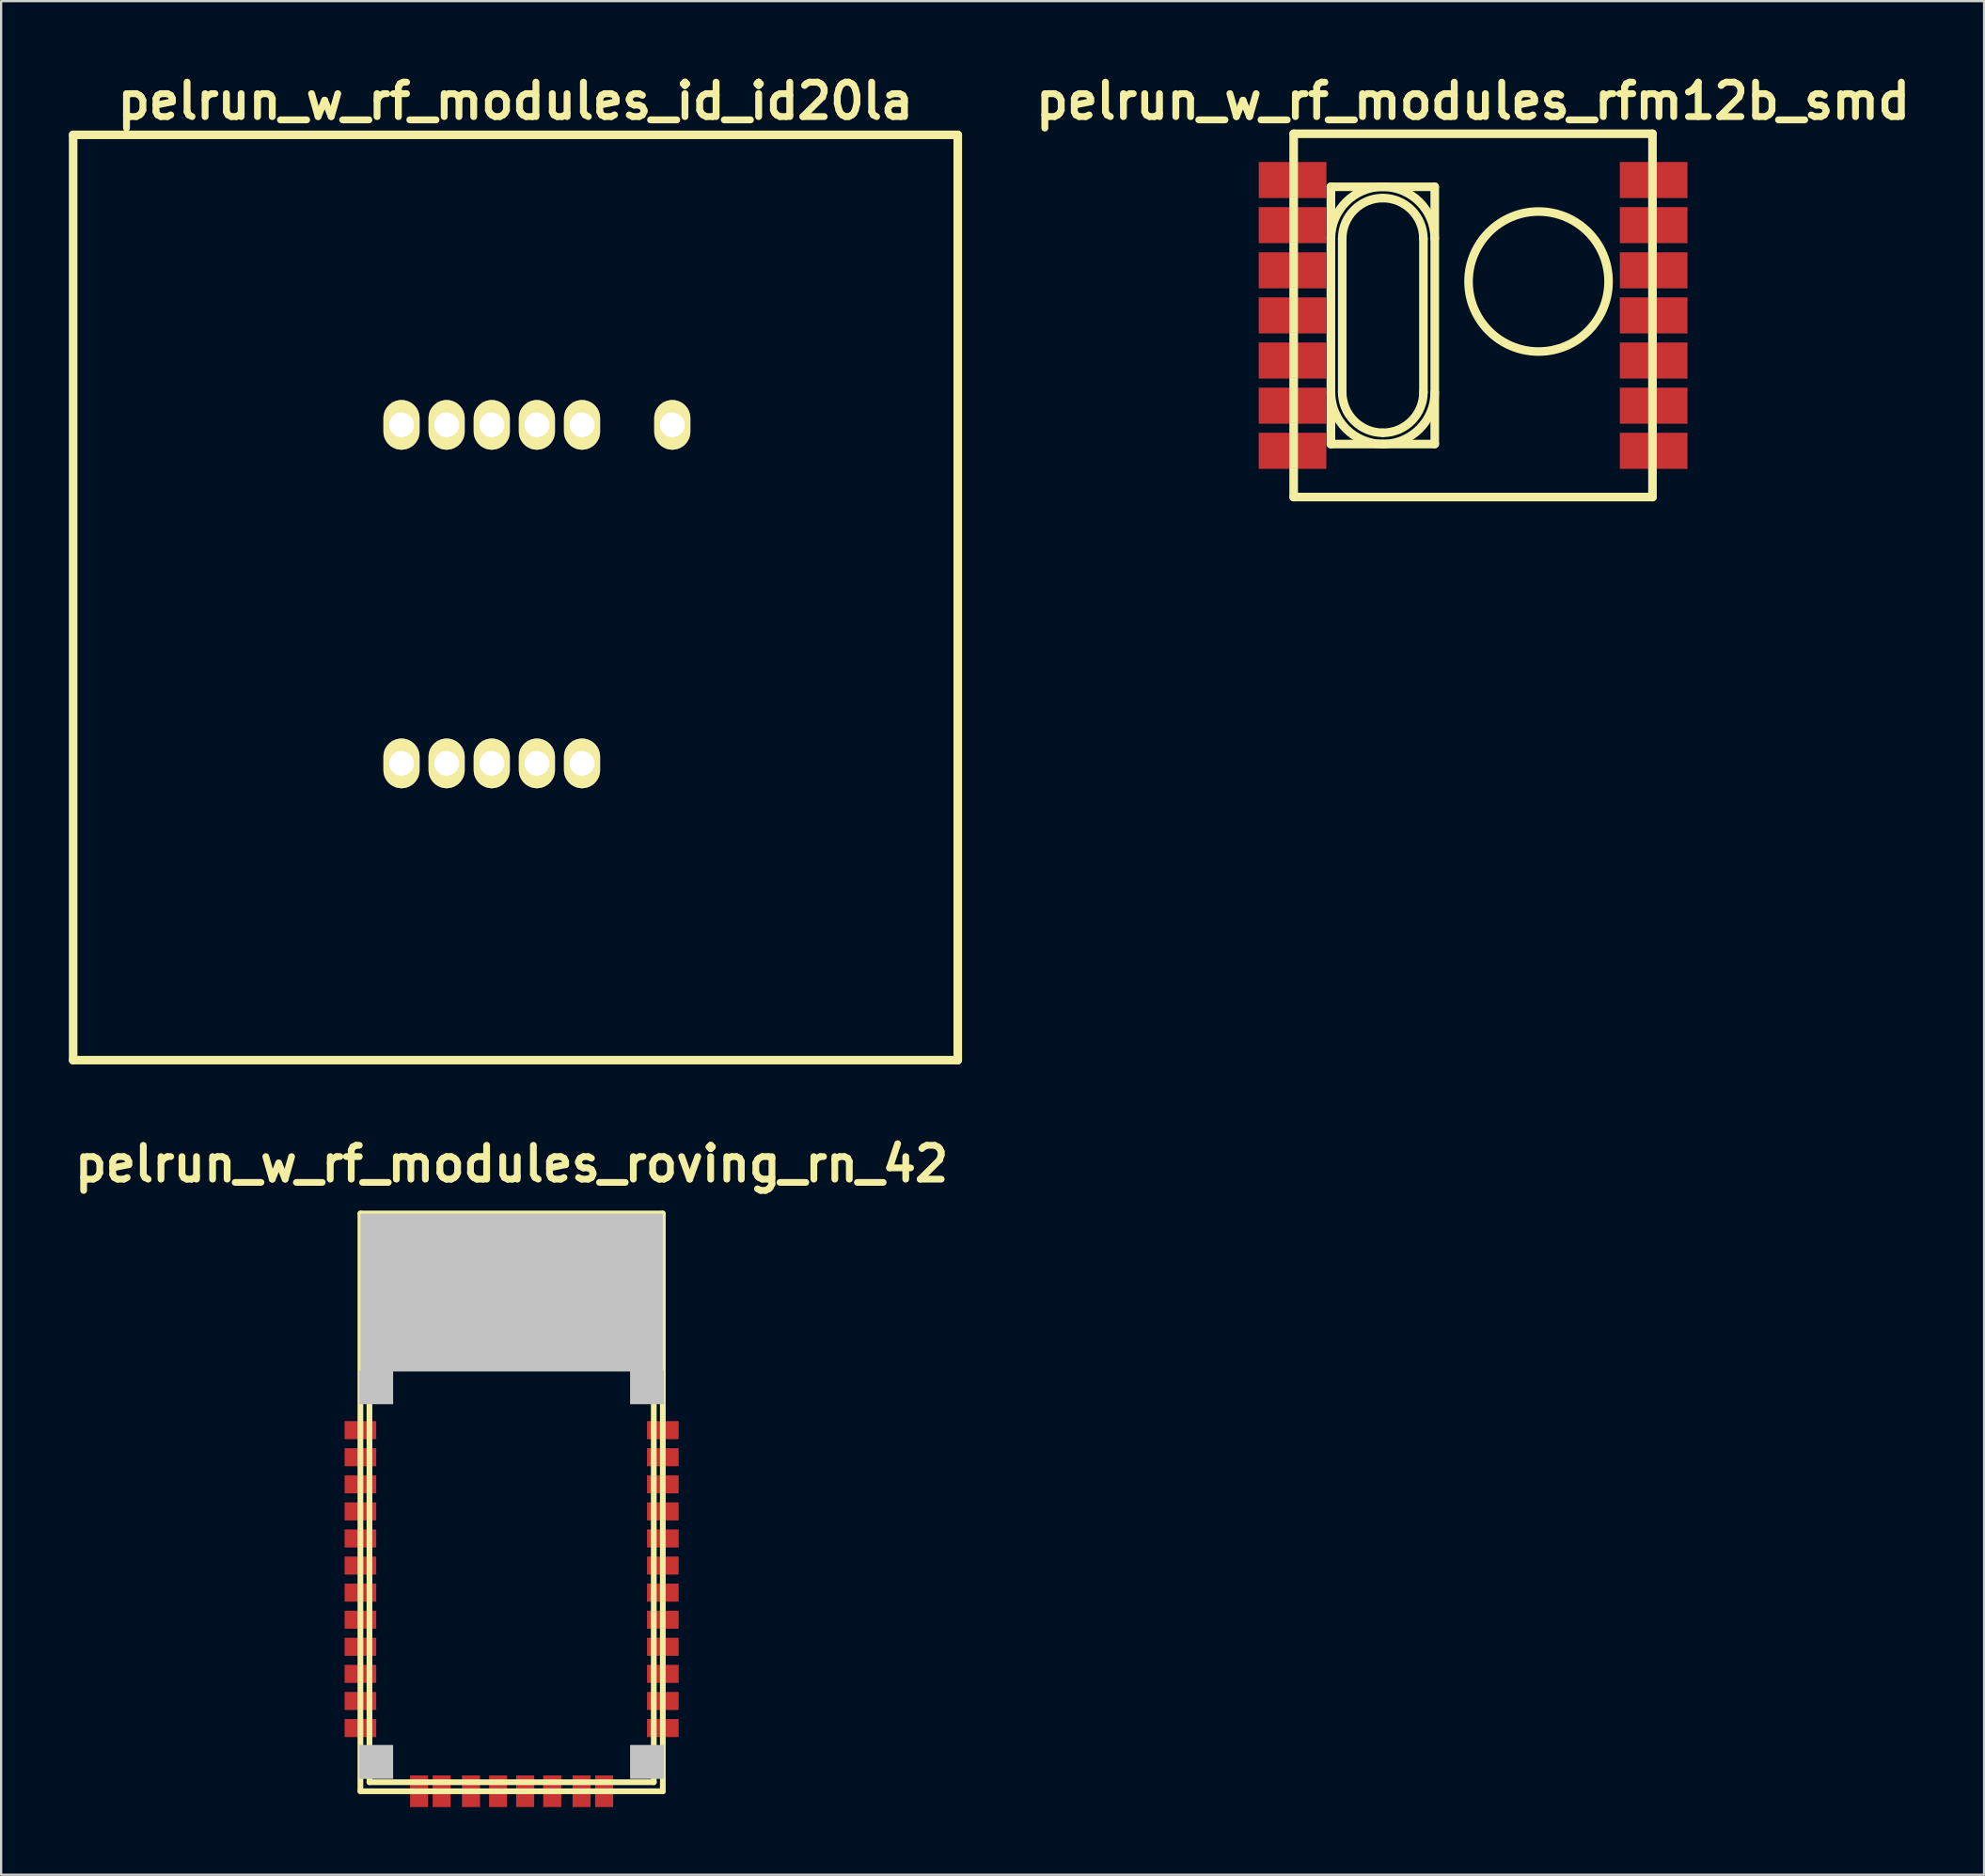
<source format=kicad_pcb>
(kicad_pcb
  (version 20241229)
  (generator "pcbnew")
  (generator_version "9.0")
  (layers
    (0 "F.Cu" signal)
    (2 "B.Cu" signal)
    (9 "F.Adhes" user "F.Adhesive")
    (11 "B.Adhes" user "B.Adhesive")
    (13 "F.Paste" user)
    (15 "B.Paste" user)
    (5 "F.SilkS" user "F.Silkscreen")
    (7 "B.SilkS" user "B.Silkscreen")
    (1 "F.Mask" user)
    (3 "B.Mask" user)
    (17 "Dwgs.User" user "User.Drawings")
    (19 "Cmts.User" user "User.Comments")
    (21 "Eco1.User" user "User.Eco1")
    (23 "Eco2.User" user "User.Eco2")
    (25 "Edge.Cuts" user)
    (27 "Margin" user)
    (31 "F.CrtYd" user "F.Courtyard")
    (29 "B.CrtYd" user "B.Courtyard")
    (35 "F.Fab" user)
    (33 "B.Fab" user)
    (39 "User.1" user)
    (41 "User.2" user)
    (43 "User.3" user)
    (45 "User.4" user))
  (footprint "pelrun_w_rf_modules_rfm12b_smd"
    (layer "F.Cu")
    (at 62.226 10.926)
    (property "Reference" "pelrun_w_rf_modules_rfm12b_smd" (at 0 -9.5 0) (layer "F.SilkS") (effects (font (size 1.524 1.524) (thickness 0.305))))
    (attr through_hole)
    (fp_line (start -7.95 -8.049) (end 7.95 -8.049) (stroke (width 0.381) (type solid)) (layer "F.SilkS"))
    (fp_line (start -7.95 8.049) (end -7.95 -8.049) (stroke (width 0.381) (type solid)) (layer "F.SilkS"))
    (fp_line (start -6.299 -5.7) (end -1.699 -5.7) (stroke (width 0.381) (type solid)) (layer "F.SilkS"))
    (fp_line (start -6.299 5.7) (end -6.299 -5.7) (stroke (width 0.381) (type solid)) (layer "F.SilkS"))
    (fp_line (start -5.799 3.401) (end -5.799 -3.401) (stroke (width 0.381) (type solid)) (layer "F.SilkS"))
    (fp_line (start -2.2 -3.401) (end -2.2 3.401) (stroke (width 0.381) (type solid)) (layer "F.SilkS"))
    (fp_line (start -1.699 -5.7) (end -1.699 5.7) (stroke (width 0.381) (type solid)) (layer "F.SilkS"))
    (fp_line (start -1.699 5.7) (end -6.299 5.7) (stroke (width 0.381) (type solid)) (layer "F.SilkS"))
    (fp_line (start 7.95 -8.049) (end 7.95 8.049) (stroke (width 0.381) (type solid)) (layer "F.SilkS"))
    (fp_line (start 7.95 8.049) (end -7.95 8.049) (stroke (width 0.381) (type solid)) (layer "F.SilkS"))
    (fp_arc (start -6.2992 -3.40106) (mid -5.625926 -5.026486) (end -4.0005 -5.69976) (stroke (width 0.381) (type solid)) (layer "F.SilkS"))
    (fp_arc (start -5.79882 -3.40106) (mid -5.272104 -4.672664) (end -4.0005 -5.19938) (stroke (width 0.381) (type solid)) (layer "F.SilkS"))
    (fp_arc (start -4.0005 -5.69976) (mid -2.375074 -5.026486) (end -1.7018 -3.40106) (stroke (width 0.381) (type solid)) (layer "F.SilkS"))
    (fp_arc (start -4.0005 -5.19938) (mid -2.728896 -4.672664) (end -2.20218 -3.40106) (stroke (width 0.381) (type solid)) (layer "F.SilkS"))
    (fp_arc (start -4.0005 5.19938) (mid -5.272104 4.672664) (end -5.79882 3.40106) (stroke (width 0.381) (type solid)) (layer "F.SilkS"))
    (fp_arc (start -4.0005 5.69976) (mid -5.625926 5.026486) (end -6.2992 3.40106) (stroke (width 0.381) (type solid)) (layer "F.SilkS"))
    (fp_arc (start -2.19964 3.40106) (mid -2.7271 4.67446) (end -4.0005 5.20192) (stroke (width 0.381) (type solid)) (layer "F.SilkS"))
    (fp_arc (start -1.69926 3.40106) (mid -2.373278 5.028282) (end -4.0005 5.7023) (stroke (width 0.381) (type solid)) (layer "F.SilkS"))
    (fp_circle (center 2.901 -1.501) (end -0.201 -1.501) (stroke (width 0.381) (type solid)) (fill no) (layer "F.SilkS"))
    (pad "1" smd rect (at -7.998 -5.999) (size 2.997 1.598) (layers "F.Cu" "F.Mask" "F.Paste"))
    (pad "2" smd rect (at -8.001 -4) (size 2.997 1.598) (layers "F.Cu" "F.Mask" "F.Paste"))
    (pad "3" smd rect (at -8.001 -1.999) (size 2.997 1.598) (layers "F.Cu" "F.Mask" "F.Paste"))
    (pad "4" smd rect (at -8.001 0) (size 2.997 1.598) (layers "F.Cu" "F.Mask" "F.Paste"))
    (pad "5" smd rect (at -8.001 1.999) (size 2.997 1.598) (layers "F.Cu" "F.Mask" "F.Paste"))
    (pad "6" smd rect (at -8.001 4) (size 2.997 1.598) (layers "F.Cu" "F.Mask" "F.Paste"))
    (pad "7" smd rect (at -8.001 5.999) (size 2.997 1.598) (layers "F.Cu" "F.Mask" "F.Paste"))
    (pad "8" smd rect (at 8.001 5.999) (size 2.997 1.598) (layers "F.Cu" "F.Mask" "F.Paste"))
    (pad "9" smd rect (at 8.001 4) (size 2.997 1.598) (layers "F.Cu" "F.Mask" "F.Paste"))
    (pad "10" smd rect (at 8.001 1.999) (size 2.997 1.598) (layers "F.Cu" "F.Mask" "F.Paste"))
    (pad "11" smd rect (at 8.001 0) (size 2.997 1.598) (layers "F.Cu" "F.Mask" "F.Paste"))
    (pad "12" smd rect (at 8.001 -1.999) (size 2.997 1.598) (layers "F.Cu" "F.Mask" "F.Paste"))
    (pad "13" smd rect (at 8.001 -4) (size 2.997 1.598) (layers "F.Cu" "F.Mask" "F.Paste"))
    (pad "14" smd rect (at 8.001 -5.999) (size 2.997 1.598) (layers "F.Cu" "F.Mask" "F.Paste")))
  (footprint "pelrun_w_rf_modules_roving_rn_42"
    (layer "F.Cu")
    (at 19.621 63.521)
    (property "Reference" "pelrun_w_rf_modules_roving_rn_42" (at 0 -15 0) (layer "F.SilkS") (effects (font (size 1.5 1.5) (thickness 0.3))))
    (attr through_hole)
    (fp_line (start -6.7 -12.8) (end -6.7 12.8) (stroke (width 0.254) (type solid)) (layer "F.SilkS"))
    (fp_line (start -6.7 -12.8) (end 6.7 -12.8) (stroke (width 0.254) (type solid)) (layer "F.SilkS"))
    (fp_line (start -6.7 12.8) (end 6.7 12.8) (stroke (width 0.254) (type solid)) (layer "F.SilkS"))
    (fp_line (start -6.3 -6) (end -6.3 12.4) (stroke (width 0.254) (type solid)) (layer "F.SilkS"))
    (fp_line (start -6.3 -6) (end 6.3 -6) (stroke (width 0.254) (type solid)) (layer "F.SilkS"))
    (fp_line (start -6.3 12.4) (end 6.3 12.4) (stroke (width 0.254) (type solid)) (layer "F.SilkS"))
    (fp_line (start -4 -12) (end -6 -12) (stroke (width 0.254) (type solid)) (layer "F.SilkS"))
    (fp_line (start -4 -12) (end -4 -7.8) (stroke (width 0.254) (type solid)) (layer "F.SilkS"))
    (fp_line (start -2.9 -12) (end -2.9 -7.8) (stroke (width 0.254) (type solid)) (layer "F.SilkS"))
    (fp_line (start -2.9 -7.8) (end -4 -7.8) (stroke (width 0.254) (type solid)) (layer "F.SilkS"))
    (fp_line (start -1.8 -12) (end -2.9 -12) (stroke (width 0.254) (type solid)) (layer "F.SilkS"))
    (fp_line (start -1.8 -12) (end -1.8 -7.8) (stroke (width 0.254) (type solid)) (layer "F.SilkS"))
    (fp_line (start -0.7 -12) (end -0.7 -7.8) (stroke (width 0.254) (type solid)) (layer "F.SilkS"))
    (fp_line (start -0.7 -7.8) (end -1.8 -7.8) (stroke (width 0.254) (type solid)) (layer "F.SilkS"))
    (fp_line (start 0.4 -12) (end -0.7 -12) (stroke (width 0.254) (type solid)) (layer "F.SilkS"))
    (fp_line (start 0.4 -12) (end 0.4 -7.8) (stroke (width 0.254) (type solid)) (layer "F.SilkS"))
    (fp_line (start 1.5 -12) (end 1.5 -7.8) (stroke (width 0.254) (type solid)) (layer "F.SilkS"))
    (fp_line (start 1.5 -7.8) (end 0.4 -7.8) (stroke (width 0.254) (type solid)) (layer "F.SilkS"))
    (fp_line (start 2.6 -12) (end 1.5 -12) (stroke (width 0.254) (type solid)) (layer "F.SilkS"))
    (fp_line (start 2.6 -12) (end 2.6 -7.8) (stroke (width 0.254) (type solid)) (layer "F.SilkS"))
    (fp_line (start 3.7 -12) (end 3.7 -7.8) (stroke (width 0.254) (type solid)) (layer "F.SilkS"))
    (fp_line (start 3.7 -7.8) (end 2.6 -7.8) (stroke (width 0.254) (type solid)) (layer "F.SilkS"))
    (fp_line (start 4.8 -12) (end 3.7 -12) (stroke (width 0.254) (type solid)) (layer "F.SilkS"))
    (fp_line (start 4.8 -6) (end 4.8 -12) (stroke (width 0.254) (type solid)) (layer "F.SilkS"))
    (fp_line (start 6.3 -6) (end 6.3 12.4) (stroke (width 0.254) (type solid)) (layer "F.SilkS"))
    (fp_line (start 6.7 -12.8) (end 6.7 12.8) (stroke (width 0.254) (type solid)) (layer "F.SilkS"))
    (pad "" smd rect (at -6 -5.1) (size 1.5 1.5) (layers "Dwgs.User"))
    (pad "" smd rect (at -6 11.5) (size 1.5 1.5) (layers "Dwgs.User"))
    (pad "" smd rect (at 0 -9.3) (size 13.4 7) (layers "Dwgs.User"))
    (pad "" smd rect (at 6 -5.1) (size 1.5 1.5) (layers "Dwgs.User"))
    (pad "" smd rect (at 6 11.5) (size 1.5 1.5) (layers "Dwgs.User"))
    (pad "1" smd rect (at -6.7 -3.2) (size 1.4 0.8) (layers "F.Cu" "F.Mask" "F.Paste"))
    (pad "2" smd rect (at -6.7 -2) (size 1.4 0.8) (layers "F.Cu" "F.Mask" "F.Paste"))
    (pad "3" smd rect (at -6.7 -0.8) (size 1.4 0.8) (layers "F.Cu" "F.Mask" "F.Paste"))
    (pad "4" smd rect (at -6.7 0.4) (size 1.4 0.8) (layers "F.Cu" "F.Mask" "F.Paste"))
    (pad "5" smd rect (at -6.7 1.6) (size 1.4 0.8) (layers "F.Cu" "F.Mask" "F.Paste"))
    (pad "6" smd rect (at -6.7 2.8) (size 1.4 0.8) (layers "F.Cu" "F.Mask" "F.Paste"))
    (pad "7" smd rect (at -6.7 4) (size 1.4 0.8) (layers "F.Cu" "F.Mask" "F.Paste"))
    (pad "8" smd rect (at -6.7 5.2) (size 1.4 0.8) (layers "F.Cu" "F.Mask" "F.Paste"))
    (pad "9" smd rect (at -6.7 6.4) (size 1.4 0.8) (layers "F.Cu" "F.Mask" "F.Paste"))
    (pad "10" smd rect (at -6.7 7.6) (size 1.4 0.8) (layers "F.Cu" "F.Mask" "F.Paste"))
    (pad "11" smd rect (at -6.7 8.8) (size 1.4 0.8) (layers "F.Cu" "F.Mask" "F.Paste"))
    (pad "12" smd rect (at -6.7 10) (size 1.4 0.8) (layers "F.Cu" "F.Mask" "F.Paste"))
    (pad "13" smd rect (at 6.7 10) (size 1.4 0.8) (layers "F.Cu" "F.Mask" "F.Paste"))
    (pad "14" smd rect (at 6.7 8.8) (size 1.4 0.8) (layers "F.Cu" "F.Mask" "F.Paste"))
    (pad "15" smd rect (at 6.7 7.6) (size 1.4 0.8) (layers "F.Cu" "F.Mask" "F.Paste"))
    (pad "16" smd rect (at 6.7 6.4) (size 1.4 0.8) (layers "F.Cu" "F.Mask" "F.Paste"))
    (pad "17" smd rect (at 6.7 5.2) (size 1.4 0.8) (layers "F.Cu" "F.Mask" "F.Paste"))
    (pad "18" smd rect (at 6.7 4) (size 1.4 0.8) (layers "F.Cu" "F.Mask" "F.Paste"))
    (pad "19" smd rect (at 6.7 2.8) (size 1.4 0.8) (layers "F.Cu" "F.Mask" "F.Paste"))
    (pad "20" smd rect (at 6.7 1.6) (size 1.4 0.8) (layers "F.Cu" "F.Mask" "F.Paste"))
    (pad "21" smd rect (at 6.7 0.4) (size 1.4 0.8) (layers "F.Cu" "F.Mask" "F.Paste"))
    (pad "22" smd rect (at 6.7 -0.8) (size 1.4 0.8) (layers "F.Cu" "F.Mask" "F.Paste"))
    (pad "23" smd rect (at 6.7 -2) (size 1.4 0.8) (layers "F.Cu" "F.Mask" "F.Paste"))
    (pad "24" smd rect (at 6.7 -3.2) (size 1.4 0.8) (layers "F.Cu" "F.Mask" "F.Paste"))
    (pad "28" smd rect (at 3.1 12.8) (size 0.8 1.4) (layers "F.Cu" "F.Mask" "F.Paste"))
    (pad "29" smd rect (at -3.1 12.8) (size 0.8 1.4) (layers "F.Cu" "F.Mask" "F.Paste"))
    (pad "30" smd rect (at 4.1 12.8) (size 0.8 1.4) (layers "F.Cu" "F.Mask" "F.Paste"))
    (pad "31" smd rect (at 1.8 12.8) (size 0.8 1.4) (layers "F.Cu" "F.Mask" "F.Paste"))
    (pad "32" smd rect (at 0.6 12.8) (size 0.8 1.4) (layers "F.Cu" "F.Mask" "F.Paste"))
    (pad "33" smd rect (at -0.6 12.8) (size 0.8 1.4) (layers "F.Cu" "F.Mask" "F.Paste"))
    (pad "34" smd rect (at -1.8 12.8) (size 0.8 1.4) (layers "F.Cu" "F.Mask" "F.Paste"))
    (pad "35" smd rect (at -4.1 12.8) (size 0.8 1.4) (layers "F.Cu" "F.Mask" "F.Paste")))
  (footprint "pelrun_w_rf_modules_id_id20la"
    (layer "F.Cu")
    (at 19.791 23.426)
    (property "Reference" "pelrun_w_rf_modules_id_id20la" (at 0 -22 0) (layer "F.SilkS") (effects (font (size 1.524 1.524) (thickness 0.305))))
    (attr through_hole)
    (fp_line (start -19.6 -20.5) (end -19.6 20.5) (stroke (width 0.381) (type solid)) (layer "F.SilkS"))
    (fp_line (start -19.6 -20.5) (end 19.6 -20.5) (stroke (width 0.378) (type solid)) (layer "F.SilkS"))
    (fp_line (start -19.6 20.5) (end 19.6 20.5) (stroke (width 0.378) (type solid)) (layer "F.SilkS"))
    (fp_line (start 19.6 -20.5) (end 19.6 20.5) (stroke (width 0.381) (type solid)) (layer "F.SilkS"))
    (pad "1" thru_hole oval (at 2.95 7.35) (size 1.6 2.2) (drill 1.1) (layers "*.Cu" "*.Mask" "F.SilkS"))
    (pad "2" thru_hole oval (at 0.95 7.35) (size 1.6 2.2) (drill 1.1) (layers "*.Cu" "*.Mask" "F.SilkS"))
    (pad "3" thru_hole oval (at -1.05 7.35) (size 1.6 2.2) (drill 1.1) (layers "*.Cu" "*.Mask" "F.SilkS"))
    (pad "4" thru_hole oval (at -3.05 7.35) (size 1.6 2.2) (drill 1.1) (layers "*.Cu" "*.Mask" "F.SilkS"))
    (pad "5" thru_hole oval (at -5.05 7.35) (size 1.6 2.2) (drill 1.1) (layers "*.Cu" "*.Mask" "F.SilkS"))
    (pad "6" thru_hole oval (at -5.05 -7.65) (size 1.6 2.2) (drill 1.1) (layers "*.Cu" "*.Mask" "F.SilkS"))
    (pad "7" thru_hole oval (at -3.05 -7.65) (size 1.6 2.2) (drill 1.1) (layers "*.Cu" "*.Mask" "F.SilkS"))
    (pad "8" thru_hole oval (at -1.05 -7.65) (size 1.6 2.2) (drill 1.1) (layers "*.Cu" "*.Mask" "F.SilkS"))
    (pad "9" thru_hole oval (at 0.95 -7.65) (size 1.6 2.2) (drill 1.1) (layers "*.Cu" "*.Mask" "F.SilkS"))
    (pad "10" thru_hole oval (at 2.95 -7.65) (size 1.6 2.2) (drill 1.1) (layers "*.Cu" "*.Mask" "F.SilkS"))
    (pad "11" thru_hole oval (at 6.95 -7.65) (size 1.6 2.2) (drill 1.1) (layers "*.Cu" "*.Mask" "F.SilkS")))
  (gr_rect
    (start -3 -3)
    (end 84.871 80.021)
    (stroke (width 0.1) (type default))
    (fill no)
    (layer "Edge.Cuts")))
</source>
